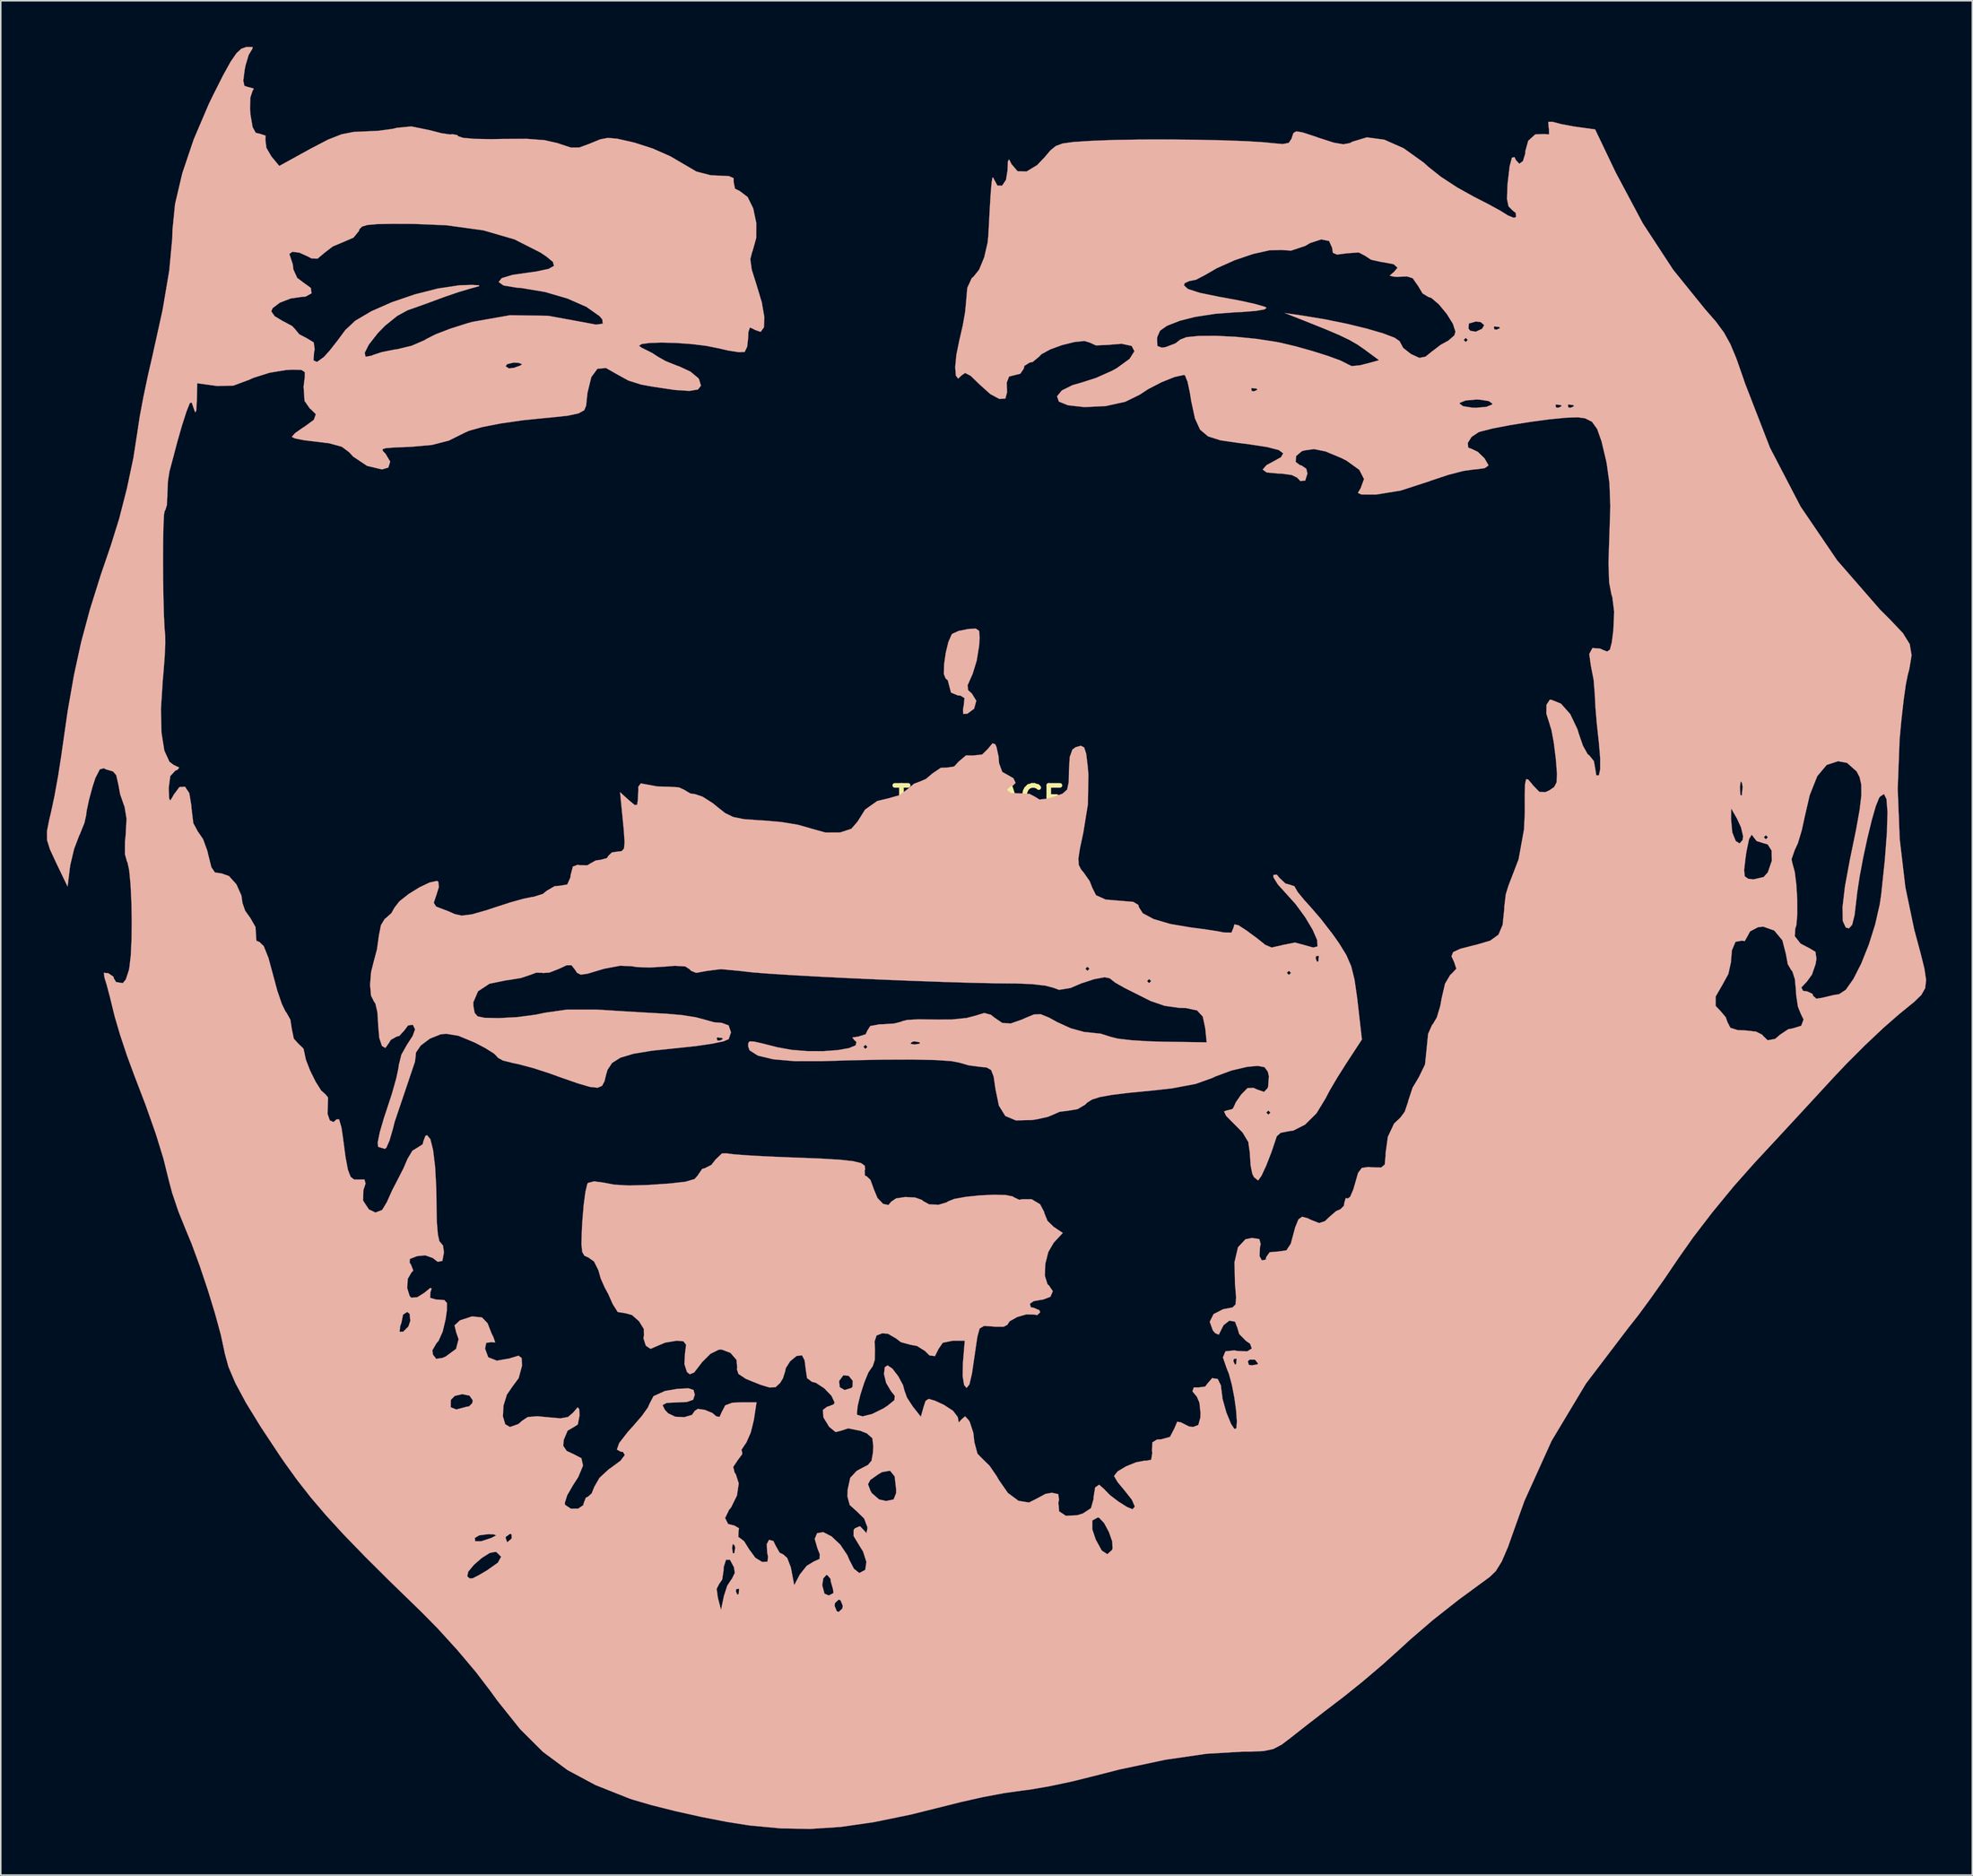
<source format=kicad_pcb>
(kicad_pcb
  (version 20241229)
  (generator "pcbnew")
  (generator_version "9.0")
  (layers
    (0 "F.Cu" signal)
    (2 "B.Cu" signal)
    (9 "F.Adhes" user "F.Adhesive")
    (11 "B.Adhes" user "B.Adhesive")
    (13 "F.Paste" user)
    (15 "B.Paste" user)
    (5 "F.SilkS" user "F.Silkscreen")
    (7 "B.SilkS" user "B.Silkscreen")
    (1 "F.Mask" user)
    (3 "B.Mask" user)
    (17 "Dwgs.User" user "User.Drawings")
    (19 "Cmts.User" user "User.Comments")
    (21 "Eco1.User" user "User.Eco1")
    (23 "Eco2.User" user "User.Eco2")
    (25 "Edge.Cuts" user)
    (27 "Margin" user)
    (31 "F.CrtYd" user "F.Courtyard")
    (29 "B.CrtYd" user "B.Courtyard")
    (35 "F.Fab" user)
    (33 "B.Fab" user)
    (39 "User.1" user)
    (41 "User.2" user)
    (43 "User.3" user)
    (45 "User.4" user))
  (footprint "TOM_FACE"
    (layer "F.Cu")
    (at 60.576 48.878)
    (property "Reference" "TOM_FACE" (at 0 0 0) (layer "F.SilkS") (effects (font (size 1.524 1.524) (thickness 0.3))))
    (attr through_hole)
    (fp_poly (pts (xy 0.041 -10.888) (xy 0.076 -10.43) (xy 0.038 -9.893) (xy -0.116 -8.947) (xy -0.38 -8.085) (xy -0.461 -7.907) (xy -0.71 -7.345) (xy -0.673 -7.028) (xy -0.428 -6.804) (xy -0.143 -6.338) (xy -0.284 -5.824) (xy -0.719 -5.499) (xy -0.996 -5.485) (xy -1.001 -5.836) (xy -0.96 -6.013) (xy -0.91 -6.511) (xy -1.172 -6.677) (xy -1.332 -6.684) (xy -1.785 -6.873) (xy -1.872 -7.197) (xy -1.994 -7.665) (xy -2.143 -7.8) (xy -2.251 -8.085) (xy -2.237 -8.697) (xy -2.129 -9.451) (xy -1.957 -10.161) (xy -1.748 -10.64) (xy -1.701 -10.695) (xy -1.288 -10.882) (xy -0.668 -11.006) (xy -0.178 -11.035) (xy 0.041 -10.888)) (stroke (width 0.01) (type solid)) (fill yes) (layer "B.SilkS"))
    (fp_poly (pts (xy 1.091 -3.507) (xy 1.17 -3.332) (xy 1.307 -2.709) (xy 1.337 -2.282) (xy 1.546 -1.709) (xy 1.872 -1.527) (xy 2.272 -1.296) (xy 2.413 -0.995) (xy 2.224 -0.809) (xy 2.139 -0.802) (xy 1.883 -0.596) (xy 1.872 -0.515) (xy 2.102 -0.337) (xy 2.668 -0.311) (xy 2.685 -0.312) (xy 3.318 -0.28) (xy 3.691 -0.085) (xy 3.962 0.088) (xy 4.509 0.022) (xy 4.883 -0.085) (xy 5.469 -0.296) (xy 5.765 -0.56) (xy 5.869 -1.047) (xy 5.882 -1.775) (xy 5.933 -2.674) (xy 6.107 -3.162) (xy 6.321 -3.32) (xy 6.659 -3.411) (xy 6.872 -3.3) (xy 7.004 -2.893) (xy 7.101 -2.093) (xy 7.147 -1.546) (xy 7.116 0.386) (xy 6.82 2.225) (xy 6.596 3.27) (xy 6.496 3.93) (xy 6.521 4.341) (xy 6.672 4.638) (xy 6.841 4.838) (xy 7.233 5.399) (xy 7.388 5.801) (xy 7.643 6.312) (xy 8.269 6.594) (xy 9.291 6.68) (xy 10.063 6.743) (xy 10.397 6.945) (xy 10.427 7.082) (xy 10.681 7.484) (xy 11.386 7.861) (xy 12.461 8.18) (xy 13.778 8.404) (xy 14.751 8.532) (xy 15.586 8.662) (xy 15.975 8.738) (xy 16.451 8.743) (xy 16.577 8.443) (xy 16.641 8.207) (xy 16.907 8.267) (xy 17.439 8.615) (xy 18.088 9.092) (xy 18.581 9.485) (xy 18.639 9.536) (xy 19.062 9.714) (xy 19.719 9.568) (xy 19.763 9.552) (xy 20.586 9.391) (xy 21.227 9.564) (xy 21.764 9.715) (xy 22.048 9.641) (xy 22.026 9.234) (xy 21.73 8.554) (xy 21.237 7.731) (xy 20.626 6.894) (xy 20.004 6.203) (xy 19.472 5.616) (xy 19.184 5.156) (xy 19.17 4.994) (xy 19.399 4.974) (xy 19.568 5.179) (xy 19.962 5.551) (xy 20.2 5.615) (xy 20.549 5.727) (xy 20.59 5.815) (xy 20.761 6.108) (xy 21.196 6.639) (xy 21.547 7.023) (xy 22.249 7.835) (xy 23.016 8.826) (xy 23.439 9.424) (xy 23.918 10.2) (xy 24.236 10.931) (xy 24.452 11.798) (xy 24.623 12.983) (xy 24.655 13.257) (xy 24.932 15.697) (xy 23.902 17.273) (xy 23.331 18.177) (xy 22.846 18.999) (xy 22.566 19.534) (xy 21.98 20.497) (xy 21.238 21.234) (xy 20.472 21.624) (xy 20.214 21.657) (xy 19.651 21.768) (xy 19.398 21.991) (xy 19.058 23.006) (xy 18.707 23.907) (xy 18.4 24.568) (xy 18.191 24.861) (xy 18.173 24.865) (xy 17.916 24.652) (xy 17.809 24.442) (xy 17.697 23.892) (xy 17.647 23.13) (xy 17.646 23.075) (xy 17.545 22.365) (xy 17.169 21.742) (xy 16.658 21.225) (xy 16.104 20.666) (xy 16.005 20.454) (xy 18.716 20.454) (xy 18.849 20.587) (xy 18.983 20.454) (xy 18.849 20.32) (xy 18.716 20.454) (xy 16.005 20.454) (xy 15.97 20.378) (xy 16.124 20.32) (xy 16.515 20.222) (xy 16.583 20.119) (xy 16.735 19.783) (xy 17.076 19.286) (xy 17.492 18.862) (xy 17.888 18.844) (xy 18.121 18.951) (xy 18.57 19.107) (xy 18.796 18.87) (xy 18.838 18.753) (xy 18.884 18.087) (xy 18.815 17.787) (xy 18.601 17.499) (xy 18.163 17.413) (xy 17.471 17.477) (xy 16.459 17.713) (xy 15.415 18.098) (xy 15.203 18.2) (xy 14.119 18.588) (xy 12.567 18.879) (xy 11.394 19.01) (xy 9.807 19.163) (xy 8.668 19.302) (xy 7.889 19.443) (xy 7.382 19.605) (xy 7.062 19.807) (xy 6.937 19.936) (xy 6.443 20.228) (xy 5.903 20.32) (xy 5.274 20.401) (xy 4.933 20.553) (xy 4.529 20.725) (xy 3.811 20.887) (xy 3.476 20.937) (xy 2.431 20.961) (xy 1.744 20.673) (xy 1.329 20.001) (xy 1.108 18.934) (xy 0.987 18.11) (xy 0.823 17.683) (xy 0.527 17.516) (xy 0.133 17.48) (xy -0.646 17.377) (xy -1.203 17.213) (xy -1.752 17.104) (xy -2.794 17.034) (xy -4.286 17.002) (xy -6.189 17.008) (xy -8.461 17.054) (xy -10.16 17.107) (xy -11.933 17.109) (xy -13.342 16.986) (xy -14.34 16.748) (xy -14.884 16.403) (xy -14.973 16.155) (xy -14.969 15.93) (xy -14.884 15.821) (xy -14.608 15.83) (xy -14.029 15.96) (xy -13.082 16.202) (xy -12.151 16.372) (xy -11.121 16.454) (xy -10.092 16.457) (xy -9.16 16.389) (xy -8.425 16.26) (xy -8.221 16.176) (xy -7.486 16.176) (xy -7.353 16.309) (xy -7.219 16.176) (xy -7.353 16.042) (xy -7.486 16.176) (xy -8.221 16.176) (xy -7.984 16.078) (xy -7.963 15.978) (xy -4.429 15.978) (xy -4.166 16.021) (xy -3.82 15.972) (xy -3.816 15.881) (xy -4.173 15.817) (xy -4.328 15.859) (xy -4.429 15.978) (xy -7.963 15.978) (xy -7.936 15.853) (xy -8.065 15.742) (xy -8.202 15.569) (xy -7.84 15.512) (xy -7.821 15.511) (xy -7.334 15.356) (xy -7.219 15.106) (xy -7.035 14.822) (xy -6.43 14.71) (xy -6.194 14.705) (xy -5.482 14.658) (xy -5.02 14.542) (xy -4.974 14.51) (xy -4.627 14.424) (xy -3.901 14.385) (xy -2.949 14.399) (xy -2.906 14.401) (xy -1.755 14.399) (xy -0.766 14.296) (xy -0.242 14.16) (xy 0.379 13.973) (xy 0.81 14.092) (xy 1.031 14.269) (xy 1.542 14.618) (xy 2.084 14.659) (xy 2.841 14.395) (xy 3.057 14.295) (xy 3.605 14.07) (xy 4.045 14.054) (xy 4.589 14.274) (xy 5.103 14.559) (xy 5.988 14.964) (xy 6.859 15.206) (xy 7.17 15.237) (xy 7.96 15.323) (xy 8.581 15.521) (xy 9.057 15.641) (xy 9.931 15.743) (xy 11.064 15.815) (xy 11.972 15.841) (xy 14.839 15.882) (xy 14.746 14.959) (xy 14.586 14.207) (xy 14.212 13.805) (xy 13.496 13.653) (xy 13.056 13.64) (xy 12.111 13.508) (xy 11.198 13.195) (xy 11.184 13.188) (xy 10.323 12.756) (xy 9.496 12.342) (xy 9.492 12.339) (xy 8.897 12.001) (xy 8.766 11.898) (xy 10.962 11.898) (xy 11.096 12.032) (xy 11.229 11.898) (xy 11.096 11.764) (xy 10.962 11.898) (xy 8.766 11.898) (xy 8.547 11.727) (xy 8.538 11.714) (xy 8.202 11.647) (xy 7.532 11.771) (xy 6.676 12.05) (xy 5.982 12.348) (xy 5.236 12.466) (xy 4.881 12.336) (xy 4.357 12.195) (xy 3.482 12.094) (xy 2.44 12.053) (xy 2.375 12.053) (xy 1.093 12.042) (xy -0.506 12.007) (xy -2.339 11.952) (xy -4.323 11.881) (xy -6.373 11.798) (xy -8.405 11.706) (xy -10.335 11.61) (xy -12.08 11.513) (xy -13.555 11.42) (xy -14.283 11.363) (xy 20.053 11.363) (xy 20.186 11.497) (xy 20.32 11.363) (xy 20.186 11.229) (xy 20.053 11.363) (xy -14.283 11.363) (xy -14.676 11.333) (xy -15.36 11.256) (xy -15.422 11.246) (xy -16.755 11.12) (xy -17.679 11.239) (xy -18.357 11.363) (xy -18.709 11.218) (xy -18.758 11.145) (xy -18.833 11.096) (xy 6.952 11.096) (xy 7.085 11.229) (xy 7.219 11.096) (xy 7.085 10.962) (xy 6.952 11.096) (xy -18.833 11.096) (xy -19.07 10.943) (xy -19.746 10.903) (xy -20.405 10.957) (xy -21.368 11.014) (xy -22.22 10.985) (xy -22.556 10.929) (xy -23.308 10.9) (xy -24.319 11.09) (xy -24.619 11.178) (xy -25.417 11.417) (xy -25.861 11.478) (xy -26.103 11.359) (xy -26.239 11.154) (xy -26.462 10.866) (xy -26.775 10.866) (xy -27.293 11.107) (xy -27.905 11.345) (xy -28.324 11.372) (xy -28.343 11.362) (xy -28.756 11.349) (xy -29.127 11.488) (xy -29.749 11.697) (xy -30.568 11.831) (xy -30.67 11.839) (xy -31.798 12.07) (xy -32.541 12.56) (xy -32.845 13.268) (xy -32.84 13.542) (xy -32.764 13.964) (xy -32.57 14.192) (xy -32.126 14.285) (xy -31.298 14.304) (xy -31.148 14.304) (xy -29.979 14.241) (xy -28.773 14.08) (xy -28.207 13.96) (xy -26.751 13.751) (xy -24.844 13.752) (xy -24.464 13.774) (xy -23.108 13.86) (xy -21.7 13.944) (xy -20.507 14.01) (xy -20.32 14.019) (xy -19.292 14.108) (xy -18.386 14.25) (xy -17.889 14.383) (xy -17.185 14.578) (xy -16.696 14.616) (xy -16.248 14.779) (xy -16.093 15.232) (xy -16.243 15.674) (xy -16.575 15.816) (xy -17.326 15.973) (xy -18.381 16.127) (xy -19.518 16.247) (xy -21.211 16.424) (xy -22.443 16.627) (xy -23.289 16.884) (xy -23.824 17.222) (xy -24.12 17.667) (xy -24.204 17.948) (xy -24.32 18.417) (xy -24.478 18.714) (xy -24.764 18.836) (xy -25.261 18.783) (xy -26.052 18.552) (xy -27.223 18.143) (xy -27.94 17.885) (xy -28.939 17.561) (xy -29.922 17.3) (xy -30.279 17.227) (xy -30.922 17.064) (xy -31.265 16.877) (xy -31.282 16.834) (xy -31.503 16.611) (xy -32.078 16.251) (xy -32.738 15.904) (xy -33.477 15.596) (xy -17.022 15.596) (xy -16.986 15.755) (xy -16.844 15.775) (xy -16.624 15.677) (xy -16.666 15.596) (xy -16.983 15.564) (xy -17.022 15.596) (xy -33.477 15.596) (xy -33.81 15.458) (xy -34.617 15.323) (xy -34.983 15.364) (xy -35.677 15.644) (xy -36.264 16.086) (xy -36.583 16.553) (xy -36.594 16.744) (xy -36.644 17.145) (xy -36.813 17.646) (xy -37.967 21.066) (xy -38.082 21.523) (xy -38.298 22.268) (xy -38.5 22.732) (xy -38.595 22.813) (xy -39.009 22.689) (xy -39.036 22.68) (xy -39.066 22.408) (xy -38.935 21.752) (xy -38.668 20.83) (xy -38.498 20.32) (xy -38.139 19.219) (xy -37.862 18.239) (xy -37.712 17.539) (xy -37.697 17.379) (xy -37.525 16.683) (xy -37.164 16.042) (xy -36.793 15.471) (xy -36.635 15.039) (xy -36.782 14.736) (xy -37.094 14.785) (xy -37.335 15.106) (xy -37.656 15.461) (xy -37.833 15.507) (xy -38.216 15.723) (xy -38.337 15.925) (xy -38.568 16.248) (xy -38.791 16.113) (xy -38.961 15.598) (xy -39.035 14.779) (xy -39.036 14.705) (xy -39.086 13.913) (xy -39.215 13.363) (xy -39.303 13.235) (xy -39.498 12.848) (xy -39.562 12.139) (xy -39.495 11.306) (xy -39.312 10.584) (xy -39.27 10.427) (xy 21.924 10.427) (xy 22.022 10.647) (xy 22.102 10.606) (xy 22.134 10.288) (xy 22.102 10.249) (xy 21.944 10.286) (xy 21.924 10.427) (xy -39.27 10.427) (xy -39.113 9.834) (xy -38.99 8.96) (xy -38.988 8.932) (xy -38.853 8.256) (xy -38.607 7.848) (xy -38.558 7.821) (xy -38.174 7.477) (xy -37.973 7.116) (xy -37.654 6.71) (xy -37.065 6.242) (xy -36.362 5.804) (xy -35.698 5.488) (xy -35.228 5.384) (xy -35.126 5.425) (xy -35.088 5.777) (xy -35.248 6.291) (xy -35.42 6.802) (xy -35.271 7.046) (xy -35.09 7.119) (xy -34.463 7.357) (xy -34.056 7.538) (xy -33.606 7.638) (xy -32.947 7.557) (xy -31.964 7.278) (xy -31.471 7.113) (xy -30.447 6.781) (xy -29.567 6.536) (xy -28.993 6.42) (xy -28.93 6.417) (xy -28.325 6.227) (xy -28.08 6.024) (xy -27.566 5.727) (xy -27.178 5.689) (xy -26.739 5.612) (xy -26.542 5.171) (xy -26.516 4.987) (xy -26.376 4.451) (xy -26.062 4.331) (xy -25.915 4.361) (xy -25.426 4.366) (xy -25.251 4.253) (xy -24.888 4.05) (xy -24.582 4.011) (xy -24.156 3.896) (xy -24.063 3.743) (xy -23.838 3.53) (xy -23.494 3.476) (xy -23.204 3.445) (xy -23.05 3.277) (xy -23.011 2.858) (xy -23.064 2.075) (xy -23.115 1.543) (xy -23.306 -0.391) (xy -22.749 0.114) (xy -22.347 0.45) (xy -22.194 0.423) (xy -22.149 0.108) (xy -22.12 -0.508) (xy -22.121 -0.744) (xy -21.956 -0.963) (xy -21.562 -0.89) (xy -20.875 -0.764) (xy -20.134 -0.746) (xy -19.494 -0.708) (xy -19.122 -0.542) (xy -19.116 -0.533) (xy -18.739 -0.309) (xy -18.442 -0.267) (xy -17.94 -0.099) (xy -17.275 0.326) (xy -17.007 0.545) (xy -16.476 0.966) (xy -15.955 1.221) (xy -15.276 1.36) (xy -14.269 1.436) (xy -13.99 1.448) (xy -12.834 1.548) (xy -11.754 1.725) (xy -10.973 1.944) (xy -10.93 1.961) (xy -9.952 2.233) (xy -9.014 2.235) (xy -8.266 1.99) (xy -7.86 1.519) (xy -7.86 1.518) (xy -7.371 0.739) (xy -6.582 0.182) (xy -5.857 0.009) (xy -5.146 -0.193) (xy -4.679 -0.535) (xy -4.196 -0.937) (xy -3.846 -1.069) (xy -3.418 -1.25) (xy -2.992 -1.611) (xy -2.452 -1.977) (xy -2.062 -1.99) (xy -1.581 -2.062) (xy -1.295 -2.374) (xy -0.815 -2.784) (xy -0.373 -2.776) (xy 0.242 -2.843) (xy 0.605 -3.199) (xy 0.913 -3.569) (xy 1.091 -3.507)) (stroke (width 0.01) (type solid)) (fill yes) (layer "B.SilkS"))
    (fp_poly (pts (xy -47.192 -48.867) (xy -47.225 -48.74) (xy -47.453 -48.361) (xy -47.662 -47.669) (xy -47.716 -47.391) (xy -47.806 -46.676) (xy -47.734 -46.343) (xy -47.467 -46.255) (xy -47.428 -46.255) (xy -47.124 -46.164) (xy -47.216 -45.988) (xy -47.346 -45.582) (xy -47.368 -44.855) (xy -47.335 -44.451) (xy -47.2 -43.658) (xy -46.997 -43.287) (xy -46.712 -43.219) (xy -46.361 -43.105) (xy -46.368 -42.818) (xy -46.304 -42.311) (xy -45.982 -41.754) (xy -45.465 -41.131) (xy -43.431 -42.253) (xy -42.291 -42.846) (xy -41.416 -43.191) (xy -40.633 -43.346) (xy -40.016 -43.373) (xy -39.029 -43.419) (xy -38.124 -43.54) (xy -37.819 -43.612) (xy -36.88 -43.703) (xy -35.701 -43.463) (xy -34.918 -43.261) (xy -34.353 -43.178) (xy -34.196 -43.197) (xy -33.893 -43.139) (xy -33.833 -43.065) (xy -33.508 -42.959) (xy -32.758 -42.894) (xy -31.69 -42.875) (xy -30.964 -42.888) (xy -29.377 -42.897) (xy -28.211 -42.809) (xy -27.36 -42.614) (xy -27.228 -42.566) (xy -26.509 -42.329) (xy -25.955 -42.333) (xy -25.265 -42.586) (xy -25.173 -42.627) (xy -24.592 -42.864) (xy -24.097 -42.956) (xy -23.504 -42.905) (xy -22.628 -42.711) (xy -22.328 -42.636) (xy -21.174 -42.263) (xy -20.038 -41.761) (xy -19.325 -41.344) (xy -18.339 -40.766) (xy -17.413 -40.528) (xy -16.959 -40.506) (xy -16.229 -40.472) (xy -15.92 -40.338) (xy -15.919 -40.072) (xy -15.833 -39.654) (xy -15.518 -39.496) (xy -15.014 -39.114) (xy -14.647 -38.369) (xy -14.449 -37.425) (xy -14.454 -36.442) (xy -14.693 -35.584) (xy -14.719 -35.533) (xy -14.838 -35.063) (xy -14.742 -34.381) (xy -14.452 -33.461) (xy -14.09 -32.259) (xy -13.924 -31.294) (xy -13.95 -30.633) (xy -14.166 -30.339) (xy -14.567 -30.478) (xy -14.614 -30.515) (xy -14.864 -30.623) (xy -14.963 -30.32) (xy -14.973 -29.994) (xy -15.041 -29.372) (xy -15.205 -29.031) (xy -15.573 -29.015) (xy -16.279 -29.125) (xy -16.918 -29.272) (xy -17.721 -29.432) (xy -18.668 -29.547) (xy -19.66 -29.617) (xy -20.596 -29.641) (xy -21.377 -29.618) (xy -21.903 -29.548) (xy -22.075 -29.43) (xy -21.896 -29.303) (xy -21.237 -28.975) (xy -20.827 -28.71) (xy -20.335 -28.434) (xy -19.6 -28.138) (xy -19.449 -28.087) (xy -18.725 -27.749) (xy -18.222 -27.329) (xy -18.167 -27.246) (xy -18.047 -26.837) (xy -18.241 -26.589) (xy -18.795 -26.497) (xy -19.755 -26.559) (xy -21.165 -26.77) (xy -21.924 -26.906) (xy -22.77 -27.173) (xy -23.495 -27.574) (xy -23.498 -27.576) (xy -24.225 -27.988) (xy -24.779 -27.934) (xy -25.175 -27.398) (xy -25.427 -26.366) (xy -25.514 -25.534) (xy -25.637 -25.24) (xy -26.015 -25.031) (xy -26.738 -24.88) (xy -27.894 -24.758) (xy -28.086 -24.743) (xy -29.616 -24.588) (xy -31.046 -24.383) (xy -32.257 -24.147) (xy -33.125 -23.905) (xy -33.421 -23.772) (xy -34.435 -23.266) (xy -35.541 -22.981) (xy -36.897 -22.861) (xy -37.927 -22.819) (xy -38.515 -22.777) (xy -38.753 -22.709) (xy -38.733 -22.591) (xy -38.555 -22.405) (xy -38.252 -21.895) (xy -38.378 -21.51) (xy -38.786 -21.389) (xy -39.755 -21.619) (xy -40.659 -22.223) (xy -40.924 -22.511) (xy -41.397 -22.863) (xy -42.209 -23.088) (xy -42.996 -23.185) (xy -43.856 -23.289) (xy -44.455 -23.409) (xy -44.651 -23.508) (xy -44.444 -23.745) (xy -43.938 -24.101) (xy -43.848 -24.154) (xy -43.219 -24.614) (xy -43.088 -24.985) (xy -43.436 -25.324) (xy -43.473 -25.345) (xy -43.822 -25.844) (xy -43.884 -26.777) (xy -43.806 -27.405) (xy -43.805 -27.721) (xy -44.027 -27.863) (xy -44.596 -27.879) (xy -45.031 -27.855) (xy -46.089 -27.681) (xy -47.138 -27.351) (xy -47.418 -27.224) (xy -48.447 -26.842) (xy -49.495 -26.817) (xy -49.645 -26.836) (xy -50.8 -26.994) (xy -50.827 -25.863) (xy -50.861 -25.23) (xy -50.931 -25.099) (xy -51.03 -25.361) (xy -51.16 -25.74) (xy -51.282 -25.706) (xy -51.478 -25.215) (xy -51.52 -25.094) (xy -51.792 -24.247) (xy -52.078 -23.252) (xy -52.147 -22.995) (xy -52.371 -22.141) (xy -52.561 -21.431) (xy -52.609 -21.257) (xy -52.706 -20.629) (xy -52.743 -19.809) (xy -52.742 -19.718) (xy -52.775 -19.074) (xy -52.877 -18.732) (xy -52.91 -18.716) (xy -52.96 -18.467) (xy -52.995 -17.794) (xy -53.016 -16.807) (xy -53.024 -15.616) (xy -53.018 -14.332) (xy -52.999 -13.065) (xy -52.968 -11.925) (xy -52.924 -11.022) (xy -52.883 -10.561) (xy -52.877 -10.059) (xy -52.92 -9.185) (xy -53.003 -8.098) (xy -53.041 -7.691) (xy -53.161 -5.8) (xy -53.124 -4.251) (xy -52.938 -3.091) (xy -52.609 -2.371) (xy -52.34 -2.168) (xy -51.972 -1.991) (xy -52.089 -1.849) (xy -52.228 -1.791) (xy -52.555 -1.438) (xy -52.654 -0.673) (xy -52.653 -0.61) (xy -52.628 0.012) (xy -52.554 0.156) (xy -52.385 -0.12) (xy -52.34 -0.211) (xy -51.958 -0.725) (xy -51.596 -0.749) (xy -51.317 -0.328) (xy -51.181 0.496) (xy -51.178 0.611) (xy -51.056 1.625) (xy -50.745 2.199) (xy -50.73 2.211) (xy -50.421 2.664) (xy -50.147 3.414) (xy -50.069 3.743) (xy -49.882 4.489) (xy -49.652 4.829) (xy -49.287 4.887) (xy -49.252 4.883) (xy -48.736 5.065) (xy -48.254 5.604) (xy -47.928 6.329) (xy -47.859 6.816) (xy -47.687 7.32) (xy -47.354 7.783) (xy -47.01 8.385) (xy -46.984 8.842) (xy -46.955 9.274) (xy -46.75 9.358) (xy -46.478 9.621) (xy -46.169 10.395) (xy -45.869 11.504) (xy -45.59 12.537) (xy -45.302 13.379) (xy -45.057 13.883) (xy -45.004 13.943) (xy -44.745 14.408) (xy -44.651 15.014) (xy -44.522 15.644) (xy -44.249 15.945) (xy -43.894 16.29) (xy -43.848 16.486) (xy -43.737 17.013) (xy -43.46 17.724) (xy -43.101 18.448) (xy -42.746 19.013) (xy -42.48 19.25) (xy -42.474 19.251) (xy -42.294 19.472) (xy -42.306 19.902) (xy -42.329 20.531) (xy -42.18 20.962) (xy -41.932 21.069) (xy -41.744 20.894) (xy -41.577 20.893) (xy -41.422 21.424) (xy -41.323 22.097) (xy -41.157 23.358) (xy -41.003 24.172) (xy -40.83 24.626) (xy -40.606 24.806) (xy -40.353 24.81) (xy -39.927 24.805) (xy -39.856 25.068) (xy -39.997 25.503) (xy -40.014 26.183) (xy -39.641 26.749) (xy -39.211 26.956) (xy -38.778 26.789) (xy -38.475 26.288) (xy -38.109 25.474) (xy -37.791 24.865) (xy -37.389 24.076) (xy -37.125 23.462) (xy -36.81 22.934) (xy -36.47 22.726) (xy -36.138 22.512) (xy -36.095 22.325) (xy -35.965 21.969) (xy -35.855 21.924) (xy -35.642 22.179) (xy -35.464 22.891) (xy -35.332 23.985) (xy -35.256 25.385) (xy -35.242 26.536) (xy -35.22 27.58) (xy -35.153 28.383) (xy -35.054 28.826) (xy -35.004 28.876) (xy -34.819 29.105) (xy -34.758 29.544) (xy -34.86 30.1) (xy -35.162 30.162) (xy -35.487 29.911) (xy -35.974 29.739) (xy -36.5 29.789) (xy -36.974 29.972) (xy -36.989 30.221) (xy -36.907 30.334) (xy -36.754 30.723) (xy -36.884 30.873) (xy -37.112 31.274) (xy -37.146 31.877) (xy -36.988 32.389) (xy -36.88 32.496) (xy -36.495 32.467) (xy -36.033 32.177) (xy -35.645 31.86) (xy -35.561 31.901) (xy -35.64 32.151) (xy -35.656 32.502) (xy -35.272 32.616) (xy -35.134 32.619) (xy -34.733 32.651) (xy -34.562 32.839) (xy -34.569 33.321) (xy -34.648 33.889) (xy -34.842 34.704) (xy -35.112 35.307) (xy -35.243 35.454) (xy -35.511 35.915) (xy -35.479 36.188) (xy -35.267 36.472) (xy -34.864 36.416) (xy -34.648 36.324) (xy -33.971 35.828) (xy -33.806 35.195) (xy -33.96 34.75) (xy -34.069 34.294) (xy -33.717 33.971) (xy -33.709 33.967) (xy -32.931 33.712) (xy -32.282 33.781) (xy -31.923 34.156) (xy -31.665 34.813) (xy -31.534 35.082) (xy -31.426 35.41) (xy -31.684 35.389) (xy -31.687 35.388) (xy -32.008 35.432) (xy -32.084 35.807) (xy -31.88 36.37) (xy -31.319 36.592) (xy -30.483 36.445) (xy -30.441 36.429) (xy -29.909 36.268) (xy -29.708 36.417) (xy -29.678 36.91) (xy -29.901 37.732) (xy -30.279 38.238) (xy -30.668 38.804) (xy -30.887 39.518) (xy -30.925 40.215) (xy -30.771 40.732) (xy -30.463 40.907) (xy -29.919 40.715) (xy -29.674 40.502) (xy -29.309 40.259) (xy -28.687 40.206) (xy -28.026 40.27) (xy -27.188 40.344) (xy -26.691 40.256) (xy -26.359 39.974) (xy -26.333 39.941) (xy -26.06 39.625) (xy -25.96 39.748) (xy -25.943 40.172) (xy -26.056 40.746) (xy -26.307 40.907) (xy -26.717 41.145) (xy -26.968 41.745) (xy -27.004 42.127) (xy -26.776 42.465) (xy -26.336 42.669) (xy -25.819 42.939) (xy -25.715 43.419) (xy -26.023 44.16) (xy -26.361 44.687) (xy -26.742 45.344) (xy -26.901 45.845) (xy -26.88 45.972) (xy -26.507 46.221) (xy -26.029 46.219) (xy -25.7 45.992) (xy -25.667 45.854) (xy -25.526 45.498) (xy -25.405 45.453) (xy -25.151 45.226) (xy -24.976 44.789) (xy -24.645 44.218) (xy -24.041 43.656) (xy -23.902 43.564) (xy -23.274 43.099) (xy -22.997 42.728) (xy -23.118 42.527) (xy -23.261 42.512) (xy -23.513 42.374) (xy -23.361 41.948) (xy -22.795 41.22) (xy -22.462 40.852) (xy -21.886 40.184) (xy -21.497 39.642) (xy -21.393 39.403) (xy -21.133 38.903) (xy -20.384 38.563) (xy -19.581 38.427) (xy -18.862 38.389) (xy -18.53 38.499) (xy -18.448 38.802) (xy -18.448 38.809) (xy -18.554 39.135) (xy -18.96 39.279) (xy -19.518 39.303) (xy -20.271 39.338) (xy -20.545 39.482) (xy -20.391 39.791) (xy -20.178 40.018) (xy -19.715 40.239) (xy -19.124 40.266) (xy -18.629 40.119) (xy -18.448 39.858) (xy -18.248 39.729) (xy -17.796 39.792) (xy -17.31 39.992) (xy -17.045 40.215) (xy -16.836 40.25) (xy -16.679 39.905) (xy -16.466 39.5) (xy -16.012 39.329) (xy -15.473 39.303) (xy -14.432 39.303) (xy -14.604 40.439) (xy -14.807 41.268) (xy -15.098 41.926) (xy -15.183 42.044) (xy -15.416 42.399) (xy -15.374 42.512) (xy -15.366 42.676) (xy -15.637 43.041) (xy -15.948 43.502) (xy -15.858 43.874) (xy -15.782 43.974) (xy -15.589 44.575) (xy -15.705 45.367) (xy -16.087 46.138) (xy -16.223 46.305) (xy -16.475 46.83) (xy -16.282 47.216) (xy -15.864 47.324) (xy -15.575 47.494) (xy -15.604 47.725) (xy -15.617 48.07) (xy -15.514 48.126) (xy -15.237 48.342) (xy -14.918 48.858) (xy -14.51 49.416) (xy -14.066 49.687) (xy -13.72 49.672) (xy -13.683 49.341) (xy -13.735 49.105) (xy -13.766 48.528) (xy -13.619 48.249) (xy -13.34 48.322) (xy -13.186 48.634) (xy -12.932 49.083) (xy -12.699 49.196) (xy -12.436 49.431) (xy -12.211 50.014) (xy -12.17 50.198) (xy -11.982 51.2) (xy -11.615 50.499) (xy -11.167 49.937) (xy -10.699 49.654) (xy -10.334 49.491) (xy -10.322 49.17) (xy -10.469 48.811) (xy -10.648 48.184) (xy -10.493 47.817) (xy -10.093 47.745) (xy -9.548 48.029) (xy -8.984 48.564) (xy -8.528 49.245) (xy -8.398 49.551) (xy -8.1 50.128) (xy -7.763 50.396) (xy -7.733 50.399) (xy -7.363 50.199) (xy -7.286 49.691) (xy -7.501 49.014) (xy -7.755 48.602) (xy -8.123 47.993) (xy -8.119 47.607) (xy -8.037 47.501) (xy -7.71 47.358) (xy -7.479 47.594) (xy -7.287 47.807) (xy -7.233 47.573) (xy 7.404 47.573) (xy 7.625 48.232) (xy 8.019 48.948) (xy 8.381 49.181) (xy 8.678 48.912) (xy 8.717 48.819) (xy 8.7 48.363) (xy 8.483 47.736) (xy 8.165 47.149) (xy 7.843 46.811) (xy 7.763 46.789) (xy 7.405 46.988) (xy 7.404 47.573) (xy -7.233 47.573) (xy -7.225 47.537) (xy -7.223 47.422) (xy -7.435 46.862) (xy -7.903 46.403) (xy -8.37 45.983) (xy -8.521 45.427) (xy -8.504 44.971) (xy -8.43 44.634) (xy -7.184 44.634) (xy -7.029 45.039) (xy -6.942 45.203) (xy -6.459 45.621) (xy -6.006 45.72) (xy -5.521 45.622) (xy -5.359 45.22) (xy -5.351 44.985) (xy -5.45 44.125) (xy -5.749 43.75) (xy -6.27 43.841) (xy -6.517 43.985) (xy -7.037 44.352) (xy -7.184 44.634) (xy -8.43 44.634) (xy -8.338 44.212) (xy -7.917 43.76) (xy -7.687 43.635) (xy -7.187 43.375) (xy -6.953 43.099) (xy -6.866 42.603) (xy -6.838 42.18) (xy -6.898 41.642) (xy -7.26 41.318) (xy -7.685 41.153) (xy -8.47 40.995) (xy -8.916 41.141) (xy -9.29 41.237) (xy -9.708 40.895) (xy -10.08 40.285) (xy -10.12 39.8) (xy -9.823 39.574) (xy -9.759 39.571) (xy -9.403 39.426) (xy -9.358 39.303) (xy -9.562 38.87) (xy -10.035 38.384) (xy -10.571 38.033) (xy -10.828 37.966) (xy -10.897 37.915) (xy -9.063 37.915) (xy -9.023 38.317) (xy -8.705 38.501) (xy -8.273 38.373) (xy -8.188 38.288) (xy -8.177 37.903) (xy -8.438 37.578) (xy -8.783 37.541) (xy -8.793 37.547) (xy -9.063 37.915) (xy -10.897 37.915) (xy -11.147 37.728) (xy -11.229 37.18) (xy -11.305 36.568) (xy -11.475 36.242) (xy -11.829 36.287) (xy -12.244 36.626) (xy -12.53 37.078) (xy -12.566 37.266) (xy -12.715 37.741) (xy -12.901 38.044) (xy -13.197 38.319) (xy -13.606 38.332) (xy -14.171 38.16) (xy -15.115 37.781) (xy -15.605 37.457) (xy -15.712 37.138) (xy -15.689 37.059) (xy -15.733 36.54) (xy -16.127 36.085) (xy -16.701 35.867) (xy -16.88 35.873) (xy -17.427 36.144) (xy -17.985 36.7) (xy -18.076 36.826) (xy -18.488 37.36) (xy -18.77 37.476) (xy -18.955 37.332) (xy -19.122 36.811) (xy -19.084 36.133) (xy -19.012 35.555) (xy -19.189 35.329) (xy -19.622 35.293) (xy -20.385 35.421) (xy -20.867 35.627) (xy -21.323 35.823) (xy -21.605 35.637) (xy -21.647 35.573) (xy -21.787 35.121) (xy -21.75 34.959) (xy -21.757 34.536) (xy -22.07 34.029) (xy -22.531 33.621) (xy -22.982 33.496) (xy -23 33.5) (xy -23.458 33.426) (xy -23.776 32.924) (xy -24.077 32.249) (xy -24.311 31.817) (xy -24.562 31.248) (xy -24.713 30.712) (xy -25 30.136) (xy -25.375 29.874) (xy -25.625 29.763) (xy -25.766 29.516) (xy -25.817 29.023) (xy -25.794 28.17) (xy -25.757 27.503) (xy -25.67 26.448) (xy -25.556 25.598) (xy -25.435 25.096) (xy -25.398 25.032) (xy -25.001 24.926) (xy -24.417 25.002) (xy -23.669 25.143) (xy -22.724 25.196) (xy -21.466 25.161) (xy -20.053 25.064) (xy -19.04 24.947) (xy -18.466 24.778) (xy -18.237 24.527) (xy -18.228 24.494) (xy -17.963 24.118) (xy -17.77 24.063) (xy -17.363 23.851) (xy -17.105 23.516) (xy -16.685 23.114) (xy -16.36 23.106) (xy -15.941 23.163) (xy -15.096 23.229) (xy -13.933 23.295) (xy -12.563 23.355) (xy -12.014 23.375) (xy -10.277 23.443) (xy -9.011 23.519) (xy -8.151 23.614) (xy -7.634 23.74) (xy -7.395 23.91) (xy -7.371 24.134) (xy -7.398 24.219) (xy -7.384 24.549) (xy -7.269 24.598) (xy -7.027 24.829) (xy -6.821 25.388) (xy -6.814 25.418) (xy -6.566 26.012) (xy -6.202 26.392) (xy -5.853 26.464) (xy -5.675 26.25) (xy -5.364 26.038) (xy -4.767 25.945) (xy -4.122 25.977) (xy -3.667 26.139) (xy -3.609 26.202) (xy -3.215 26.42) (xy -2.605 26.452) (xy -2.068 26.294) (xy -1.992 26.236) (xy -1.577 26.07) (xy -0.828 25.934) (xy 0.091 25.839) (xy 1.017 25.797) (xy 1.787 25.818) (xy 2.238 25.912) (xy 2.284 25.953) (xy 2.648 26.125) (xy 2.854 26.088) (xy 3.455 26.088) (xy 4.006 26.416) (xy 4.275 26.926) (xy 4.278 26.981) (xy 4.484 27.49) (xy 4.879 27.878) (xy 5.481 28.283) (xy 4.886 28.924) (xy 4.539 29.527) (xy 4.342 30.31) (xy 4.318 31.071) (xy 4.486 31.613) (xy 4.589 31.71) (xy 4.834 32.072) (xy 4.673 32.439) (xy 4.195 32.618) (xy 4.16 32.619) (xy 3.594 32.718) (xy 3.342 32.886) (xy 3.403 33.115) (xy 3.594 33.154) (xy 3.959 33.308) (xy 4.011 33.45) (xy 3.816 33.628) (xy 3.606 33.591) (xy 3.118 33.578) (xy 2.514 33.755) (xy 2.025 34.03) (xy 1.872 34.264) (xy 1.64 34.383) (xy 1.071 34.383) (xy 0.957 34.37) (xy 0.365 34.329) (xy 0.075 34.5) (xy -0.068 35.018) (xy -0.113 35.308) (xy -0.263 36.33) (xy -0.416 37.375) (xy -0.425 37.433) (xy -0.59 38.139) (xy -0.775 38.367) (xy -0.936 38.169) (xy -1.028 37.596) (xy -1.011 36.729) (xy -0.892 35.293) (xy -1.674 35.293) (xy -2.324 35.427) (xy -2.596 35.827) (xy -2.833 36.297) (xy -3.185 36.25) (xy -3.476 35.961) (xy -4 35.635) (xy -4.412 35.56) (xy -5.047 35.386) (xy -5.358 35.146) (xy -5.887 34.839) (xy -6.26 34.812) (xy -6.628 34.953) (xy -6.754 35.338) (xy -6.733 35.867) (xy -6.746 36.552) (xy -6.888 36.981) (xy -6.926 37.015) (xy -7.158 37.357) (xy -7.429 38.02) (xy -7.683 38.815) (xy -7.86 39.553) (xy -7.903 40.044) (xy -7.881 40.115) (xy -7.537 40.216) (xy -6.914 40.06) (xy -6.175 39.695) (xy -5.896 39.511) (xy -5.466 39.157) (xy -5.444 38.878) (xy -5.7 38.555) (xy -6.003 38.041) (xy -6.143 37.465) (xy -6.093 37.023) (xy -5.913 36.897) (xy -5.599 37.109) (xy -5.218 37.605) (xy -4.909 38.178) (xy -4.807 38.558) (xy -4.648 38.998) (xy -4.274 39.571) (xy -3.747 40.239) (xy -3.58 39.637) (xy -3.442 39.217) (xy -3.242 39.077) (xy -2.829 39.197) (xy -2.246 39.467) (xy -1.652 39.856) (xy -1.344 40.264) (xy -1.333 40.336) (xy -1.282 40.616) (xy -1.094 40.403) (xy -0.868 40.212) (xy -0.623 40.479) (xy -0.563 40.586) (xy -0.336 41.282) (xy -0.267 41.895) (xy -0.066 42.643) (xy 0.261 42.98) (xy 0.718 43.426) (xy 1.197 44.123) (xy 1.309 44.329) (xy 1.911 45.196) (xy 2.604 45.71) (xy 3.285 45.818) (xy 3.732 45.596) (xy 4.356 45.259) (xy 4.772 45.185) (xy 5.188 45.274) (xy 5.237 45.643) (xy 5.196 45.828) (xy 5.245 46.396) (xy 5.683 46.683) (xy 6.421 46.649) (xy 6.783 46.536) (xy 7.314 46.191) (xy 7.484 45.595) (xy 7.486 45.459) (xy 7.588 44.839) (xy 7.848 44.661) (xy 8.195 44.971) (xy 8.208 44.991) (xy 8.547 45.335) (xy 9.101 45.758) (xy 9.663 46.113) (xy 10.017 46.255) (xy 10.168 46.085) (xy 9.977 45.641) (xy 9.492 45.026) (xy 9.052 44.497) (xy 8.83 44.121) (xy 8.823 44.084) (xy 9.048 43.796) (xy 9.589 43.472) (xy 10.241 43.206) (xy 10.802 43.096) (xy 10.902 43.103) (xy 11.23 43.04) (xy 11.3 42.614) (xy 11.286 42.445) (xy 11.304 41.91) (xy 11.606 41.724) (xy 11.883 41.709) (xy 12.451 41.552) (xy 12.729 41.021) (xy 12.923 40.565) (xy 13.174 40.606) (xy 13.188 40.62) (xy 13.691 40.872) (xy 13.957 40.907) (xy 14.296 40.775) (xy 14.429 40.294) (xy 14.438 39.987) (xy 14.367 39.321) (xy 14.194 38.92) (xy 14.171 38.902) (xy 13.913 38.584) (xy 14.003 38.331) (xy 14.314 38.334) (xy 14.747 38.276) (xy 14.878 38.095) (xy 15.196 37.727) (xy 15.559 37.784) (xy 15.769 38.214) (xy 15.775 38.327) (xy 15.873 39.084) (xy 16.116 39.959) (xy 16.427 40.712) (xy 16.646 41.041) (xy 16.773 40.986) (xy 16.803 40.539) (xy 16.753 39.83) (xy 16.638 38.99) (xy 16.475 38.15) (xy 16.281 37.438) (xy 16.146 37.106) (xy 15.981 36.629) (xy 16.577 36.629) (xy 16.675 36.85) (xy 16.755 36.808) (xy 16.774 36.625) (xy 17.515 36.625) (xy 17.573 36.858) (xy 17.764 36.897) (xy 18.131 36.835) (xy 18.181 36.779) (xy 17.985 36.529) (xy 17.633 36.524) (xy 17.515 36.625) (xy 16.774 36.625) (xy 16.787 36.49) (xy 16.755 36.451) (xy 16.596 36.488) (xy 16.577 36.629) (xy 15.981 36.629) (xy 15.895 36.379) (xy 16.061 35.983) (xy 16.641 35.924) (xy 16.844 35.961) (xy 17.475 35.989) (xy 17.773 35.799) (xy 17.66 35.488) (xy 17.386 35.297) (xy 16.954 34.856) (xy 16.844 34.481) (xy 16.681 34.053) (xy 16.318 33.987) (xy 15.94 34.277) (xy 15.818 34.514) (xy 15.627 34.899) (xy 15.398 34.805) (xy 15.241 34.625) (xy 15.038 34.065) (xy 15.288 33.562) (xy 15.914 33.242) (xy 16.13 33.203) (xy 16.523 33.128) (xy 16.716 32.935) (xy 16.754 32.488) (xy 16.685 31.652) (xy 16.679 31.599) (xy 16.647 30.188) (xy 16.875 29.216) (xy 17.358 28.697) (xy 17.778 28.608) (xy 18.263 28.681) (xy 18.349 29.005) (xy 18.298 29.248) (xy 18.279 29.8) (xy 18.427 30.066) (xy 18.676 30.021) (xy 18.716 29.844) (xy 18.935 29.538) (xy 19.442 29.494) (xy 20.022 29.417) (xy 20.305 28.989) (xy 20.337 28.876) (xy 20.594 27.92) (xy 20.806 27.4) (xy 21.049 27.229) (xy 21.397 27.322) (xy 21.603 27.424) (xy 22.149 27.64) (xy 22.53 27.516) (xy 22.793 27.262) (xy 23.245 26.869) (xy 23.539 26.737) (xy 23.76 26.517) (xy 23.796 26.291) (xy 23.886 26.009) (xy 23.995 26.045) (xy 24.168 25.936) (xy 24.381 25.434) (xy 24.48 25.087) (xy 24.686 24.373) (xy 24.929 24.052) (xy 25.347 23.992) (xy 25.618 24.013) (xy 26.181 24.03) (xy 26.418 23.83) (xy 26.469 23.267) (xy 26.469 23.127) (xy 26.62 22.031) (xy 27.027 21.165) (xy 27.434 20.781) (xy 27.718 20.394) (xy 27.942 19.73) (xy 27.957 19.653) (xy 28.228 18.832) (xy 28.636 18.149) (xy 28.637 18.149) (xy 29.037 17.326) (xy 29.143 16.301) (xy 29.236 15.338) (xy 29.494 14.752) (xy 29.539 14.71) (xy 29.804 14.264) (xy 30.032 13.503) (xy 30.111 13.052) (xy 30.145 12.902) (xy 47.935 12.902) (xy 47.936 13.516) (xy 48.23 13.823) (xy 48.589 14.247) (xy 48.705 14.572) (xy 48.892 14.934) (xy 49.364 15.086) (xy 49.846 15.106) (xy 50.561 15.186) (xy 50.97 15.389) (xy 50.999 15.441) (xy 51.315 15.747) (xy 51.799 15.66) (xy 52.137 15.374) (xy 52.656 15.031) (xy 52.956 14.973) (xy 53.502 14.804) (xy 53.652 14.394) (xy 53.48 14.045) (xy 53.285 13.558) (xy 53.17 12.791) (xy 53.159 12.519) (xy 53.086 11.767) (xy 52.922 11.26) (xy 52.847 11.176) (xy 52.625 10.799) (xy 52.507 10.153) (xy 52.506 10.143) (xy 52.272 9.238) (xy 51.743 8.606) (xy 51.031 8.355) (xy 50.691 8.392) (xy 50.177 8.662) (xy 49.998 8.991) (xy 49.829 9.291) (xy 49.619 9.27) (xy 49.226 9.343) (xy 48.991 9.895) (xy 48.928 10.681) (xy 48.762 11.432) (xy 48.394 12.105) (xy 47.935 12.902) (xy 30.145 12.902) (xy 30.338 12.067) (xy 30.685 11.483) (xy 30.757 11.429) (xy 31.073 11.094) (xy 30.931 10.66) (xy 30.759 10.283) (xy 30.863 10.016) (xy 31.324 9.799) (xy 32.22 9.568) (xy 32.387 9.53) (xy 33.276 9.268) (xy 33.811 8.881) (xy 34.084 8.24) (xy 34.189 7.218) (xy 34.197 7.015) (xy 34.289 6.252) (xy 34.467 5.678) (xy 34.852 4.677) (xy 49.787 4.677) (xy 49.828 5.082) (xy 50.05 5.241) (xy 50.375 5.284) (xy 51.056 5.13) (xy 51.327 4.827) (xy 51.587 4.073) (xy 51.585 3.977) (xy 52.867 3.977) (xy 52.936 4.274) (xy 53.079 4.795) (xy 53.183 5.636) (xy 53.241 6.614) (xy 53.244 7.546) (xy 53.185 8.25) (xy 53.109 8.501) (xy 53.08 8.979) (xy 53.457 9.459) (xy 54.061 9.776) (xy 54.424 9.996) (xy 54.489 10.441) (xy 54.434 10.788) (xy 54.198 11.475) (xy 53.871 11.927) (xy 53.507 12.312) (xy 53.62 12.533) (xy 53.875 12.566) (xy 54.23 12.727) (xy 54.276 12.865) (xy 54.487 13.042) (xy 54.877 12.982) (xy 55.58 12.811) (xy 55.964 12.75) (xy 56.396 12.466) (xy 56.892 11.764) (xy 57.406 10.751) (xy 57.893 9.533) (xy 58.308 8.216) (xy 58.607 6.905) (xy 58.699 6.283) (xy 58.937 4.019) (xy 59.073 2.22) (xy 59.11 0.897) (xy 59.046 0.062) (xy 58.882 -0.274) (xy 58.619 -0.098) (xy 58.555 -0.002) (xy 58.348 0.514) (xy 58.088 1.419) (xy 57.806 2.575) (xy 57.532 3.844) (xy 57.299 5.088) (xy 57.135 6.168) (xy 57.098 6.506) (xy 56.967 7.606) (xy 56.81 8.238) (xy 56.603 8.466) (xy 56.396 8.411) (xy 56.203 7.988) (xy 56.186 7.086) (xy 56.345 5.727) (xy 56.677 3.937) (xy 56.718 3.743) (xy 57.072 2.023) (xy 57.301 0.737) (xy 57.411 -0.201) (xy 57.406 -0.877) (xy 57.295 -1.374) (xy 57.104 -1.743) (xy 56.48 -2.297) (xy 55.896 -2.406) (xy 55.155 -2.165) (xy 54.543 -1.435) (xy 54.052 -0.202) (xy 53.746 1.123) (xy 53.528 2.112) (xy 53.279 2.937) (xy 53.069 3.392) (xy 52.867 3.977) (xy 51.585 3.977) (xy 51.577 3.413) (xy 51.317 3.003) (xy 51.09 2.941) (xy 50.607 2.789) (xy 50.458 2.607) (xy 50.408 2.54) (xy 51.067 2.54) (xy 51.201 2.674) (xy 51.335 2.54) (xy 51.201 2.406) (xy 51.067 2.54) (xy 50.408 2.54) (xy 50.281 2.37) (xy 50.107 2.661) (xy 49.935 3.485) (xy 49.878 3.884) (xy 49.787 4.677) (xy 34.852 4.677) (xy 35.122 3.974) (xy 35.476 2.018) (xy 35.504 1.382) (xy 48.938 1.382) (xy 49.016 2.225) (xy 49.242 2.788) (xy 49.492 2.941) (xy 49.69 2.721) (xy 49.721 2.473) (xy 49.585 1.897) (xy 49.329 1.337) (xy 48.947 0.668) (xy 48.938 1.382) (xy 35.504 1.382) (xy 35.524 0.936) (xy 35.521 -0.223) (xy 35.542 -0.92) (xy 35.607 -1.228) (xy 35.739 -1.219) (xy 35.96 -0.965) (xy 36.059 -0.837) (xy 36.47 -0.414) (xy 36.861 -0.393) (xy 37.129 -0.516) (xy 37.352 -0.668) (xy 49.515 -0.668) (xy 49.544 -0.212) (xy 49.628 -0.172) (xy 49.639 -0.195) (xy 49.691 -0.726) (xy 49.648 -0.998) (xy 49.563 -1.107) (xy 49.517 -0.751) (xy 49.515 -0.668) (xy 37.352 -0.668) (xy 37.436 -0.726) (xy 37.59 -1.028) (xy 37.619 -1.564) (xy 37.55 -2.473) (xy 37.535 -2.62) (xy 37.412 -3.607) (xy 37.261 -4.422) (xy 37.128 -4.862) (xy 36.926 -5.501) (xy 36.934 -6.076) (xy 37.141 -6.394) (xy 37.231 -6.411) (xy 37.875 -6.152) (xy 38.477 -5.474) (xy 38.947 -4.49) (xy 39.038 -4.187) (xy 39.307 -3.412) (xy 39.603 -2.879) (xy 39.746 -2.754) (xy 40.017 -2.412) (xy 40.105 -1.923) (xy 40.175 -1.485) (xy 40.339 -1.484) (xy 40.426 -1.867) (xy 40.425 -2.642) (xy 40.337 -3.673) (xy 40.328 -3.743) (xy 40.205 -4.884) (xy 40.115 -5.958) (xy 40.078 -6.736) (xy 40.078 -6.745) (xy 40.002 -7.694) (xy 39.827 -8.593) (xy 39.824 -8.606) (xy 39.716 -9.381) (xy 39.923 -9.769) (xy 40.419 -9.734) (xy 40.578 -9.659) (xy 40.878 -9.542) (xy 41.061 -9.665) (xy 41.181 -10.128) (xy 41.284 -10.93) (xy 41.336 -12.128) (xy 41.218 -13.077) (xy 41.158 -13.261) (xy 41.011 -14.033) (xy 40.967 -15.316) (xy 41.025 -17.097) (xy 41.026 -17.112) (xy 41.086 -18.994) (xy 41.029 -20.504) (xy 40.848 -21.794) (xy 40.813 -21.962) (xy 40.517 -23.209) (xy 40.231 -24.02) (xy 39.894 -24.49) (xy 39.445 -24.714) (xy 38.991 -24.777) (xy 38.246 -24.757) (xy 37.15 -24.65) (xy 35.871 -24.48) (xy 34.58 -24.272) (xy 33.444 -24.054) (xy 32.634 -23.848) (xy 32.513 -23.806) (xy 32.064 -23.506) (xy 31.818 -23.117) (xy 31.845 -22.807) (xy 32.065 -22.726) (xy 32.467 -22.534) (xy 32.905 -22.11) (xy 33.148 -21.688) (xy 33.154 -21.638) (xy 32.919 -21.472) (xy 32.343 -21.391) (xy 32.235 -21.389) (xy 31.543 -21.293) (xy 30.555 -21.037) (xy 29.464 -20.675) (xy 29.284 -20.607) (xy 27.455 -20.014) (xy 25.877 -19.757) (xy 24.899 -19.759) (xy 24.672 -19.862) (xy 24.855 -20.173) (xy 25.071 -20.764) (xy 24.763 -21.363) (xy 23.938 -21.957) (xy 23.598 -22.13) (xy 22.571 -22.559) (xy 21.816 -22.712) (xy 21.166 -22.619) (xy 21.01 -22.564) (xy 20.657 -22.258) (xy 20.623 -21.881) (xy 20.911 -21.662) (xy 20.988 -21.657) (xy 21.315 -21.434) (xy 21.389 -21.122) (xy 21.248 -20.667) (xy 20.934 -20.631) (xy 20.721 -20.855) (xy 20.37 -21.026) (xy 19.706 -21.117) (xy 19.502 -21.122) (xy 18.74 -21.191) (xy 18.48 -21.381) (xy 18.732 -21.671) (xy 19.117 -21.876) (xy 19.669 -22.183) (xy 19.815 -22.435) (xy 19.526 -22.651) (xy 18.772 -22.845) (xy 17.523 -23.036) (xy 16.936 -23.108) (xy 15.738 -23.282) (xy 14.928 -23.539) (xy 14.408 -23.98) (xy 14.077 -24.708) (xy 13.87 -25.667) (xy 31.282 -25.667) (xy 31.519 -25.5) (xy 32.112 -25.407) (xy 32.352 -25.4) (xy 33.021 -25.459) (xy 33.32 -25.578) (xy 37.521 -25.578) (xy 37.557 -25.419) (xy 37.699 -25.4) (xy 37.919 -25.498) (xy 37.877 -25.578) (xy 38.323 -25.578) (xy 38.36 -25.419) (xy 38.501 -25.4) (xy 38.721 -25.498) (xy 38.679 -25.578) (xy 38.362 -25.61) (xy 38.323 -25.578) (xy 37.877 -25.578) (xy 37.56 -25.61) (xy 37.521 -25.578) (xy 33.32 -25.578) (xy 33.394 -25.607) (xy 33.421 -25.667) (xy 33.184 -25.835) (xy 32.591 -25.928) (xy 32.352 -25.935) (xy 31.682 -25.875) (xy 31.309 -25.727) (xy 31.282 -25.667) (xy 13.87 -25.667) (xy 13.836 -25.825) (xy 13.743 -26.403) (xy 13.691 -26.648) (xy 17.735 -26.648) (xy 17.772 -26.489) (xy 17.914 -26.469) (xy 18.134 -26.567) (xy 18.092 -26.648) (xy 17.775 -26.68) (xy 17.735 -26.648) (xy 13.691 -26.648) (xy 13.596 -27.095) (xy 13.432 -27.498) (xy 13.374 -27.539) (xy 12.754 -27.404) (xy 11.901 -27.062) (xy 11.023 -26.606) (xy 10.48 -26.249) (xy 9.538 -25.788) (xy 8.277 -25.511) (xy 6.891 -25.444) (xy 5.815 -25.564) (xy 5.229 -25.803) (xy 5.11 -26.146) (xy 5.418 -26.525) (xy 6.114 -26.872) (xy 6.68 -27.033) (xy 7.637 -27.339) (xy 8.668 -27.798) (xy 8.992 -27.975) (xy 9.823 -28.579) (xy 10.14 -29.078) (xy 9.964 -29.422) (xy 9.312 -29.564) (xy 8.411 -29.491) (xy 7.636 -29.457) (xy 7.243 -29.639) (xy 6.898 -29.746) (xy 6.24 -29.677) (xy 5.439 -29.479) (xy 4.669 -29.2) (xy 4.1 -28.889) (xy 3.93 -28.714) (xy 3.525 -28.381) (xy 3.329 -28.341) (xy 2.986 -28.127) (xy 2.941 -27.94) (xy 2.718 -27.613) (xy 2.406 -27.539) (xy 1.99 -27.432) (xy 1.834 -27.03) (xy 1.858 -26.403) (xy 1.75 -26.003) (xy 1.361 -25.973) (xy 0.77 -26.291) (xy 0.075 -26.915) (xy -0.51 -27.481) (xy -0.867 -27.665) (xy -1.079 -27.524) (xy -1.325 -27.296) (xy -1.472 -27.501) (xy -1.512 -28.047) (xy -1.438 -28.841) (xy -1.25 -29.762) (xy -1.217 -29.904) (xy 11.614 -29.904) (xy 11.632 -29.418) (xy 11.931 -29.311) (xy 12.18 -29.348) (xy 12.808 -29.59) (xy 13.122 -29.836) (xy 13.531 -29.995) (xy 14.35 -30.075) (xy 15.46 -30.081) (xy 16.741 -30.016) (xy 18.076 -29.884) (xy 19.345 -29.69) (xy 19.652 -29.629) (xy 20.653 -29.39) (xy 21.729 -29.087) (xy 22.734 -28.769) (xy 23.526 -28.479) (xy 23.958 -28.265) (xy 23.979 -28.247) (xy 24.272 -28.112) (xy 24.801 -28.163) (xy 25.39 -28.311) (xy 26.049 -28.494) (xy 25.123 -29.179) (xy 24.649 -29.508) (xy 24.127 -29.81) (xy 23.45 -30.135) (xy 22.51 -30.534) (xy 21.2 -31.059) (xy 20.855 -31.194) (xy 19.919 -31.562) (xy 21.033 -31.402) (xy 22.498 -31.161) (xy 23.927 -30.871) (xy 25.227 -30.556) (xy 26.301 -30.243) (xy 27.056 -29.958) (xy 27.395 -29.725) (xy 27.405 -29.688) (xy 27.618 -29.292) (xy 28.126 -28.893) (xy 28.674 -28.644) (xy 29.072 -28.727) (xy 29.463 -29.043) (xy 30.061 -29.5) (xy 30.547 -29.763) (xy 30.603 -29.812) (xy 31.549 -29.812) (xy 31.683 -29.678) (xy 31.817 -29.812) (xy 31.683 -29.945) (xy 31.549 -29.812) (xy 30.603 -29.812) (xy 30.943 -30.104) (xy 31.015 -30.356) (xy 30.95 -30.555) (xy 31.862 -30.555) (xy 31.977 -30.409) (xy 32.338 -30.348) (xy 32.745 -30.536) (xy 32.817 -30.658) (xy 33.51 -30.658) (xy 33.547 -30.499) (xy 33.688 -30.48) (xy 33.908 -30.578) (xy 33.867 -30.658) (xy 33.549 -30.69) (xy 33.51 -30.658) (xy 32.817 -30.658) (xy 32.886 -30.776) (xy 32.662 -30.97) (xy 32.352 -31.015) (xy 31.887 -30.881) (xy 31.862 -30.555) (xy 30.95 -30.555) (xy 30.85 -30.866) (xy 30.446 -31.514) (xy 29.936 -32.13) (xy 29.455 -32.541) (xy 29.238 -32.619) (xy 28.876 -32.842) (xy 28.602 -33.304) (xy 28.237 -33.827) (xy 27.873 -33.942) (xy 27.224 -33.919) (xy 27.004 -33.929) (xy 26.74 -33.995) (xy 26.952 -34.185) (xy 26.996 -34.213) (xy 27.25 -34.511) (xy 26.996 -34.74) (xy 26.259 -34.878) (xy 26.189 -34.884) (xy 25.533 -35.03) (xy 25.135 -35.289) (xy 25.134 -35.291) (xy 24.723 -35.506) (xy 23.959 -35.449) (xy 23.32 -35.366) (xy 23.048 -35.48) (xy 22.994 -35.815) (xy 22.799 -36.25) (xy 22.287 -36.353) (xy 21.561 -36.115) (xy 21.248 -35.931) (xy 20.321 -35.622) (xy 19.708 -35.665) (xy 18.927 -35.646) (xy 17.853 -35.405) (xy 16.653 -34.997) (xy 15.492 -34.477) (xy 14.731 -34.035) (xy 14.139 -33.727) (xy 13.703 -33.642) (xy 13.4 -33.501) (xy 13.368 -33.359) (xy 13.622 -33.127) (xy 14.389 -32.879) (xy 15.68 -32.613) (xy 15.938 -32.569) (xy 17.063 -32.359) (xy 17.987 -32.153) (xy 18.585 -31.981) (xy 18.733 -31.907) (xy 18.593 -31.798) (xy 18.026 -31.701) (xy 17.141 -31.631) (xy 16.74 -31.614) (xy 15.397 -31.513) (xy 14.087 -31.312) (xy 13.105 -31.064) (xy 12.258 -30.733) (xy 11.808 -30.416) (xy 11.63 -30.014) (xy 11.614 -29.904) (xy -1.217 -29.904) (xy -1.023 -30.748) (xy -0.869 -31.617) (xy -0.824 -32.084) (xy -0.727 -33.2) (xy -0.439 -33.83) (xy -0.332 -33.916) (xy 0.04 -34.38) (xy 0.373 -35.186) (xy 0.595 -36.144) (xy 0.644 -36.629) (xy 0.727 -38.229) (xy 0.795 -39.349) (xy 0.853 -40.044) (xy 0.908 -40.369) (xy 0.963 -40.379) (xy 0.986 -40.306) (xy 1.232 -39.853) (xy 1.535 -39.847) (xy 1.789 -40.226) (xy 1.889 -40.841) (xy 1.916 -41.44) (xy 1.992 -41.558) (xy 2.142 -41.257) (xy 2.541 -40.788) (xy 3.125 -40.77) (xy 3.819 -41.19) (xy 4.305 -41.703) (xy 4.679 -42.145) (xy 5.027 -42.428) (xy 5.482 -42.595) (xy 6.176 -42.691) (xy 7.241 -42.759) (xy 7.545 -42.775) (xy 8.931 -42.825) (xy 10.585 -42.851) (xy 12.383 -42.854) (xy 14.203 -42.836) (xy 15.923 -42.798) (xy 17.42 -42.743) (xy 18.572 -42.671) (xy 19.013 -42.626) (xy 19.78 -42.555) (xy 20.177 -42.634) (xy 20.358 -42.904) (xy 20.384 -42.994) (xy 20.48 -43.272) (xy 20.661 -43.382) (xy 21.053 -43.32) (xy 21.778 -43.085) (xy 22.157 -42.952) (xy 23.108 -42.647) (xy 23.72 -42.542) (xy 24.146 -42.618) (xy 24.324 -42.713) (xy 25.256 -42.992) (xy 26.389 -42.84) (xy 27.646 -42.284) (xy 28.951 -41.348) (xy 29.277 -41.056) (xy 30.074 -40.424) (xy 31.132 -39.731) (xy 32.205 -39.134) (xy 33.144 -38.653) (xy 33.918 -38.229) (xy 34.382 -37.943) (xy 34.418 -37.916) (xy 34.813 -37.758) (xy 34.963 -37.815) (xy 34.932 -38.078) (xy 34.717 -38.251) (xy 34.468 -38.503) (xy 34.368 -38.978) (xy 34.395 -39.814) (xy 34.413 -40.036) (xy 34.54 -41.111) (xy 34.688 -41.67) (xy 34.855 -41.705) (xy 34.951 -41.507) (xy 35.168 -41.274) (xy 35.406 -41.45) (xy 35.551 -41.924) (xy 35.56 -42.094) (xy 35.747 -42.768) (xy 36.207 -43.185) (xy 36.786 -43.208) (xy 36.792 -43.206) (xy 37.101 -43.181) (xy 37.097 -43.538) (xy 37.082 -43.598) (xy 37.051 -43.998) (xy 37.326 -44.008) (xy 37.372 -43.991) (xy 37.905 -43.85) (xy 38.698 -43.704) (xy 38.953 -43.666) (xy 40.098 -43.509) (xy 41.443 -40.694) (xy 43.202 -37.392) (xy 45.172 -34.381) (xy 47.243 -31.817) (xy 47.947 -31.01) (xy 48.469 -30.303) (xy 48.888 -29.55) (xy 49.283 -28.606) (xy 49.731 -27.324) (xy 49.838 -27.004) (xy 51.469 -22.798) (xy 53.462 -18.966) (xy 55.84 -15.469) (xy 58.63 -12.265) (xy 59.289 -11.608) (xy 60.11 -10.739) (xy 60.555 -10.024) (xy 60.676 -9.296) (xy 60.526 -8.39) (xy 60.428 -8.03) (xy 60.302 -7.402) (xy 60.159 -6.383) (xy 60.016 -5.118) (xy 59.896 -3.821) (xy 59.773 -0.609) (xy 59.903 2.656) (xy 60.271 5.79) (xy 60.849 8.556) (xy 61.245 10.025) (xy 61.508 11.079) (xy 61.619 11.822) (xy 61.559 12.36) (xy 61.308 12.801) (xy 60.847 13.249) (xy 60.157 13.812) (xy 59.846 14.065) (xy 58.839 14.947) (xy 57.648 16.071) (xy 56.442 17.278) (xy 55.613 18.154) (xy 54.564 19.293) (xy 53.296 20.667) (xy 51.955 22.117) (xy 50.684 23.486) (xy 50.438 23.751) (xy 49.114 25.245) (xy 47.742 26.913) (xy 46.471 28.57) (xy 45.504 29.945) (xy 44.63 31.236) (xy 43.73 32.513) (xy 42.906 33.634) (xy 42.261 34.455) (xy 42.232 34.491) (xy 39.5 38.085) (xy 37.266 41.811) (xy 35.496 45.728) (xy 34.91 47.362) (xy 34.427 48.725) (xy 34.02 49.666) (xy 33.638 50.282) (xy 33.238 50.666) (xy 31.233 52.138) (xy 29.556 53.459) (xy 28.069 54.738) (xy 27.405 55.349) (xy 26.267 56.373) (xy 24.958 57.485) (xy 23.729 58.472) (xy 23.528 58.625) (xy 22.473 59.431) (xy 21.422 60.244) (xy 20.557 60.922) (xy 20.351 61.087) (xy 19.713 61.571) (xy 19.177 61.853) (xy 18.558 61.987) (xy 17.671 62.028) (xy 17.142 62.03) (xy 14.837 62.164) (xy 12.151 62.555) (xy 9.164 63.189) (xy 7.486 63.619) (xy 6.085 63.967) (xy 4.636 64.274) (xy 3.358 64.495) (xy 2.807 64.565) (xy 1.669 64.725) (xy 0.266 64.989) (xy -1.155 65.309) (xy -1.604 65.423) (xy -4.396 66.119) (xy -6.807 66.615) (xy -8.947 66.923) (xy -10.927 67.054) (xy -12.857 67.02) (xy -14.848 66.833) (xy -14.954 66.819) (xy -16.348 66.599) (xy -17.979 66.282) (xy -19.666 65.907) (xy -21.228 65.516) (xy -22.486 65.149) (xy -22.726 65.067) (xy -24.901 64.202) (xy -26.724 63.225) (xy -28.317 62.044) (xy -29.8 60.567) (xy -31.292 58.699) (xy -31.722 58.103) (xy -32.673 56.856) (xy -33.866 55.44) (xy -35.139 54.039) (xy -36.206 52.955) (xy -37.77 51.435) (xy -17.026 51.435) (xy -16.947 52.01) (xy -16.742 52.805) (xy -16.686 52.538) (xy -9.358 52.538) (xy -9.214 52.894) (xy -9.091 52.939) (xy -8.853 52.722) (xy -8.823 52.538) (xy -8.968 52.182) (xy -9.091 52.137) (xy -9.328 52.353) (xy -9.358 52.538) (xy -16.686 52.538) (xy -16.553 51.902) (xy -16.456 51.602) (xy -15.775 51.602) (xy -15.677 51.822) (xy -15.596 51.78) (xy -15.564 51.463) (xy -15.596 51.424) (xy -15.755 51.461) (xy -15.775 51.602) (xy -16.456 51.602) (xy -16.336 51.232) (xy -16.316 51.201) (xy -10.16 51.201) (xy -10.014 51.747) (xy -9.73 51.869) (xy -9.428 51.71) (xy -9.463 51.447) (xy -9.607 50.937) (xy -9.625 50.778) (xy -9.829 50.54) (xy -9.893 50.533) (xy -10.094 50.761) (xy -10.16 51.201) (xy -16.316 51.201) (xy -16.064 50.816) (xy -16.04 50.799) (xy -15.846 50.399) (xy -15.898 50.031) (xy -16.163 49.539) (xy -16.418 49.544) (xy -16.567 50.017) (xy -16.577 50.243) (xy -16.664 50.831) (xy -16.864 51.119) (xy -17.026 51.435) (xy -37.77 51.435) (xy -38.212 51.006) (xy -38.602 50.619) (xy -33.243 50.619) (xy -33.231 50.634) (xy -33.08 50.76) (xy -32.887 50.749) (xy -32.5 50.552) (xy -31.966 50.239) (xy -31.25 49.733) (xy -31.04 49.348) (xy -31.326 49.062) (xy -31.41 49.027) (xy -31.782 49.101) (xy -32.298 49.427) (xy -32.812 49.875) (xy -33.176 50.315) (xy -33.243 50.619) (xy -38.602 50.619) (xy -39.878 49.35) (xy -40.437 48.772) (xy -16.021 48.772) (xy -15.972 49.119) (xy -15.881 49.123) (xy -15.817 48.766) (xy -15.859 48.611) (xy -15.978 48.51) (xy -16.021 48.772) (xy -40.437 48.772) (xy -41.063 48.126) (xy -32.753 48.126) (xy -32.726 48.34) (xy -32.325 48.337) (xy -31.683 48.126) (xy -30.747 48.126) (xy -30.656 48.387) (xy -30.629 48.394) (xy -30.401 48.206) (xy -30.346 48.126) (xy -30.368 47.88) (xy -30.464 47.859) (xy -30.736 48.053) (xy -30.747 48.126) (xy -31.683 48.126) (xy -31.362 47.961) (xy -31.508 47.894) (xy -31.868 47.878) (xy -32.459 47.953) (xy -32.753 48.126) (xy -41.063 48.126) (xy -41.26 47.923) (xy -42.417 46.661) (xy -43.406 45.502) (xy -44.285 44.381) (xy -45.111 43.235) (xy -45.393 42.825) (xy -46.662 40.911) (xy -47.454 39.621) (xy -34.319 39.621) (xy -33.954 39.766) (xy -33.747 39.713) (xy -33.253 39.581) (xy -33.132 39.571) (xy -32.914 39.354) (xy -32.886 39.169) (xy -33.095 38.868) (xy -33.563 38.771) (xy -34.053 38.882) (xy -34.31 39.143) (xy -34.319 39.621) (xy -47.454 39.621) (xy -47.625 39.344) (xy -48.315 38.06) (xy -48.768 36.996) (xy -49.018 36.086) (xy -49.039 35.961) (xy -49.264 34.917) (xy -49.32 34.709) (xy -37.64 34.709) (xy -37.407 34.707) (xy -37.069 34.369) (xy -36.945 34.002) (xy -36.987 33.547) (xy -37.146 33.421) (xy -37.42 33.598) (xy -37.432 33.667) (xy -37.52 34.109) (xy -37.608 34.371) (xy -37.64 34.709) (xy -49.32 34.709) (xy -49.64 33.536) (xy -50.116 31.98) (xy -50.644 30.407) (xy -51.17 28.975) (xy -51.57 28.011) (xy -52.027 26.878) (xy -52.428 25.687) (xy -52.643 24.881) (xy -52.997 23.452) (xy -53.494 21.837) (xy -54.166 19.933) (xy -54.894 18.031) (xy -55.373 16.732) (xy -55.822 15.379) (xy -56.165 14.207) (xy -56.245 13.887) (xy -56.48 12.922) (xy -56.694 12.119) (xy -56.827 11.694) (xy -56.876 11.358) (xy -56.587 11.385) (xy -56.252 11.61) (xy -56.223 11.723) (xy -56.08 11.959) (xy -55.642 12.032) (xy -55.446 11.797) (xy -55.254 11.215) (xy -55.214 11.029) (xy -55.122 10.246) (xy -55.072 9.181) (xy -55.059 7.964) (xy -55.082 6.724) (xy -55.138 5.593) (xy -55.223 4.7) (xy -55.335 4.176) (xy -55.369 4.115) (xy -55.501 3.646) (xy -55.498 2.823) (xy -55.455 2.415) (xy -55.397 1.34) (xy -55.524 0.552) (xy -55.567 0.452) (xy -55.814 -0.262) (xy -55.937 -0.936) (xy -56.069 -1.501) (xy -56.279 -1.742) (xy -56.281 -1.742) (xy -56.738 -1.878) (xy -56.87 -1.95) (xy -57.134 -1.88) (xy -57.421 -1.321) (xy -57.605 -0.762) (xy -57.84 0.107) (xy -57.99 0.814) (xy -58.019 1.077) (xy -58.135 1.602) (xy -58.42 2.313) (xy -58.478 2.432) (xy -58.808 3.302) (xy -59.05 4.316) (xy -59.084 4.545) (xy -59.231 5.748) (xy -59.979 4.191) (xy -60.377 3.33) (xy -60.567 2.723) (xy -60.571 2.142) (xy -60.415 1.362) (xy -60.323 0.983) (xy -60.088 -0.113) (xy -59.842 -1.467) (xy -59.635 -2.805) (xy -59.617 -2.941) (xy -59.227 -5.654) (xy -58.817 -8.002) (xy -58.348 -10.153) (xy -57.779 -12.276) (xy -57.069 -14.54) (xy -56.418 -16.443) (xy -55.876 -18.182) (xy -55.368 -20.165) (xy -54.95 -22.148) (xy -54.68 -23.888) (xy -54.675 -23.929) (xy -54.537 -24.845) (xy -54.3 -26.103) (xy -54.001 -27.526) (xy -53.869 -28.099) (xy -30.747 -28.099) (xy -30.534 -27.961) (xy -30.213 -27.996) (xy -29.781 -28.151) (xy -29.678 -28.239) (xy -29.903 -28.322) (xy -30.213 -28.341) (xy -30.647 -28.239) (xy -30.747 -28.099) (xy -53.869 -28.099) (xy -53.72 -28.742) (xy -53.073 -31.673) (xy -45.987 -31.673) (xy -45.765 -31.356) (xy -45.226 -31.032) (xy -45.185 -31.015) (xy -44.634 -30.72) (xy -44.384 -30.455) (xy -44.383 -30.441) (xy -44.162 -30.179) (xy -43.709 -29.943) (xy -43.228 -29.655) (xy -43.163 -29.199) (xy -43.203 -29.014) (xy -43.242 -28.482) (xy -43.014 -28.38) (xy -42.563 -28.704) (xy -42.201 -29.106) (xy -41.657 -29.798) (xy -41.195 -30.425) (xy -41.178 -30.449) (xy -40.527 -31.06) (xy -39.472 -31.682) (xy -38.139 -32.269) (xy -36.655 -32.776) (xy -35.148 -33.159) (xy -33.745 -33.37) (xy -32.93 -33.394) (xy -32.465 -33.367) (xy -32.481 -33.308) (xy -32.996 -33.168) (xy -33.02 -33.161) (xy -33.776 -32.936) (xy -34.708 -32.619) (xy -35.025 -32.501) (xy -35.974 -32.151) (xy -36.885 -31.826) (xy -37.12 -31.746) (xy -37.799 -31.374) (xy -38.584 -30.741) (xy -39.054 -30.262) (xy -39.643 -29.508) (xy -39.913 -28.974) (xy -39.854 -28.716) (xy -39.453 -28.791) (xy -39.354 -28.839) (xy -38.807 -29.019) (xy -38.007 -29.181) (xy -37.778 -29.213) (xy -36.858 -29.434) (xy -36.029 -29.794) (xy -35.907 -29.871) (xy -35.3 -30.179) (xy -34.35 -30.544) (xy -33.236 -30.898) (xy -32.917 -30.987) (xy -30.451 -31.422) (xy -27.975 -31.383) (xy -25.773 -30.98) (xy -24.868 -30.81) (xy -24.428 -30.869) (xy -24.462 -31.154) (xy -24.646 -31.368) (xy -25.501 -31.969) (xy -26.733 -32.509) (xy -28.186 -32.933) (xy -29.701 -33.188) (xy -30.058 -33.218) (xy -30.883 -33.355) (xy -31.198 -33.58) (xy -31.004 -33.831) (xy -30.305 -34.043) (xy -30.028 -34.085) (xy -28.743 -34.267) (xy -27.949 -34.436) (xy -27.605 -34.63) (xy -27.669 -34.886) (xy -28.1 -35.243) (xy -28.48 -35.497) (xy -30.169 -36.354) (xy -32.194 -36.943) (xy -34.608 -37.274) (xy -36.728 -37.361) (xy -38.147 -37.366) (xy -39.12 -37.347) (xy -39.735 -37.292) (xy -40.08 -37.19) (xy -40.245 -37.029) (xy -40.297 -36.89) (xy -40.641 -36.468) (xy -41.214 -36.22) (xy -41.987 -35.895) (xy -42.532 -35.477) (xy -42.98 -35.099) (xy -43.376 -35.118) (xy -43.586 -35.233) (xy -44.151 -35.49) (xy -44.611 -35.549) (xy -44.81 -35.407) (xy -44.762 -35.256) (xy -44.592 -34.749) (xy -44.545 -34.387) (xy -44.298 -33.849) (xy -43.915 -33.558) (xy -43.417 -33.199) (xy -43.366 -32.846) (xy -43.754 -32.635) (xy -43.97 -32.619) (xy -44.728 -32.509) (xy -45.432 -32.235) (xy -45.898 -31.885) (xy -45.987 -31.673) (xy -53.073 -31.673) (xy -53.05 -31.78) (xy -52.617 -34.344) (xy -52.422 -36.443) (xy -52.41 -36.973) (xy -52.242 -38.658) (xy -51.772 -40.654) (xy -51.033 -42.851) (xy -50.056 -45.144) (xy -49.778 -45.72) (xy -49.122 -47.021) (xy -48.63 -47.91) (xy -48.25 -48.464) (xy -47.929 -48.759) (xy -47.613 -48.87) (xy -47.592 -48.873) (xy -47.192 -48.867)) (stroke (width 0.01) (type solid)) (fill yes) (layer "B.SilkS"))
    (fp_poly (pts (xy -51.869 -20.186) (xy -52.003 -20.053) (xy -52.137 -20.186) (xy -52.003 -20.32) (xy -51.869 -20.186)) (stroke (width 0.01) (type solid)) (fill no) (layer "Eco2.User"))
    (fp_poly (pts (xy -45.987 -42.378) (xy -46.121 -42.244) (xy -46.255 -42.378) (xy -46.121 -42.512) (xy -45.987 -42.378)) (stroke (width 0.01) (type solid)) (fill no) (layer "Eco2.User"))
    (fp_poly (pts (xy -34.758 20.454) (xy -34.892 20.587) (xy -35.025 20.454) (xy -34.892 20.32) (xy -34.758 20.454)) (stroke (width 0.01) (type solid)) (fill no) (layer "Eco2.User"))
    (fp_poly (pts (xy -8.556 47.191) (xy -8.689 47.324) (xy -8.823 47.191) (xy -8.689 47.057) (xy -8.556 47.191)) (stroke (width 0.01) (type solid)) (fill no) (layer "Eco2.User"))
    (fp_poly (pts (xy -1.337 -6.283) (xy -1.471 -6.149) (xy -1.604 -6.283) (xy -1.471 -6.417) (xy -1.337 -6.283)) (stroke (width 0.01) (type solid)) (fill no) (layer "Eco2.User"))
    (fp_poly (pts (xy 3.476 34.357) (xy 3.342 34.491) (xy 3.208 34.357) (xy 3.342 34.223) (xy 3.476 34.357)) (stroke (width 0.01) (type solid)) (fill no) (layer "Eco2.User"))
    (fp_poly (pts (xy -51.691 -22.37) (xy -51.659 -22.053) (xy -51.691 -22.013) (xy -51.85 -22.05) (xy -51.869 -22.192) (xy -51.772 -22.412) (xy -51.691 -22.37)) (stroke (width 0.01) (type solid)) (fill no) (layer "Eco2.User"))
    (fp_poly (pts (xy -35.114 30.836) (xy -35.082 31.154) (xy -35.114 31.193) (xy -35.273 31.156) (xy -35.293 31.015) (xy -35.195 30.795) (xy -35.114 30.836)) (stroke (width 0.01) (type solid)) (fill no) (layer "Eco2.User"))
    (fp_poly (pts (xy 10.071 -24.509) (xy 10.034 -24.35) (xy 9.893 -24.331) (xy 9.673 -24.428) (xy 9.714 -24.509) (xy 10.032 -24.541) (xy 10.071 -24.509)) (stroke (width 0.01) (type solid)) (fill no) (layer "Eco2.User"))
    (fp_poly (pts (xy 19.696 22.281) (xy 19.728 22.598) (xy 19.696 22.637) (xy 19.537 22.6) (xy 19.518 22.459) (xy 19.616 22.239) (xy 19.696 22.281)) (stroke (width 0.01) (type solid)) (fill no) (layer "Eco2.User"))
    (fp_poly (pts (xy -57.159 9.042) (xy -56.991 9.429) (xy -57.128 9.643) (xy -57.418 9.739) (xy -57.589 9.471) (xy -57.662 8.979) (xy -57.451 8.848) (xy -57.159 9.042)) (stroke (width 0.01) (type solid)) (fill no) (layer "Eco2.User"))
    (fp_poly (pts (xy -56.426 5.809) (xy -56.415 5.882) (xy -56.506 6.143) (xy -56.533 6.149) (xy -56.761 5.962) (xy -56.816 5.882) (xy -56.795 5.636) (xy -56.698 5.615) (xy -56.426 5.809)) (stroke (width 0.01) (type solid)) (fill no) (layer "Eco2.User"))
    (fp_poly (pts (xy -51.078 -1.945) (xy -51.067 -1.872) (xy -51.159 -1.611) (xy -51.185 -1.604) (xy -51.414 -1.792) (xy -51.468 -1.872) (xy -51.447 -2.118) (xy -51.351 -2.139) (xy -51.078 -1.945)) (stroke (width 0.01) (type solid)) (fill no) (layer "Eco2.User"))
    (fp_poly (pts (xy -31.633 17.017) (xy -31.683 17.112) (xy -31.935 17.367) (xy -31.982 17.379) (xy -32 17.206) (xy -31.951 17.112) (xy -31.699 16.856) (xy -31.652 16.844) (xy -31.633 17.017)) (stroke (width 0.01) (type solid)) (fill no) (layer "Eco2.User"))
    (fp_poly (pts (xy -23.308 18.93) (xy -23.261 19.117) (xy -23.475 19.471) (xy -23.662 19.518) (xy -24.017 19.304) (xy -24.063 19.117) (xy -23.849 18.762) (xy -23.662 18.716) (xy -23.308 18.93)) (stroke (width 0.01) (type solid)) (fill no) (layer "Eco2.User"))
    (fp_poly (pts (xy -9.977 44.288) (xy -10.026 44.383) (xy -10.278 44.638) (xy -10.325 44.651) (xy -10.343 44.478) (xy -10.294 44.383) (xy -10.042 44.128) (xy -9.995 44.116) (xy -9.977 44.288)) (stroke (width 0.01) (type solid)) (fill no) (layer "Eco2.User"))
    (fp_poly (pts (xy -9.294 15.056) (xy -9.224 15.24) (xy -9.612 15.489) (xy -9.759 15.507) (xy -10.207 15.338) (xy -10.294 15.24) (xy -10.198 15.043) (xy -9.759 14.973) (xy -9.294 15.056)) (stroke (width 0.01) (type solid)) (fill no) (layer "Eco2.User"))
    (fp_poly (pts (xy -3.242 37.094) (xy -3.243 37.497) (xy -3.457 37.821) (xy -3.801 37.788) (xy -3.874 37.703) (xy -3.91 37.258) (xy -3.619 36.93) (xy -3.46 36.897) (xy -3.242 37.094)) (stroke (width 0.01) (type solid)) (fill no) (layer "Eco2.User"))
    (fp_poly (pts (xy -2.288 12.669) (xy -2.273 12.834) (xy -2.659 13.08) (xy -2.823 13.101) (xy -3.169 12.952) (xy -3.208 12.834) (xy -2.984 12.619) (xy -2.658 12.566) (xy -2.288 12.669)) (stroke (width 0.01) (type solid)) (fill no) (layer "Eco2.User"))
    (fp_poly (pts (xy 4.813 43.715) (xy 5.07 44.057) (xy 5.08 44.132) (xy 4.876 44.376) (xy 4.813 44.383) (xy 4.578 44.166) (xy 4.545 43.966) (xy 4.675 43.69) (xy 4.813 43.715)) (stroke (width 0.01) (type solid)) (fill no) (layer "Eco2.User"))
    (fp_poly (pts (xy 56.239 9.966) (xy 56.415 10.265) (xy 56.228 10.646) (xy 55.835 10.831) (xy 55.489 10.708) (xy 55.472 10.683) (xy 55.439 10.244) (xy 55.479 10.16) (xy 55.839 9.913) (xy 56.239 9.966)) (stroke (width 0.01) (type solid)) (fill no) (layer "Eco2.User"))
    (fp_poly (pts (xy -9.09 42.651) (xy -8.971 43.017) (xy -9.241 43.426) (xy -9.684 43.801) (xy -9.874 43.757) (xy -9.893 43.603) (xy -9.981 43.155) (xy -10.055 42.934) (xy -10.035 42.594) (xy -9.67 42.512) (xy -9.09 42.651)) (stroke (width 0.01) (type solid)) (fill no) (layer "Eco2.User"))
    (fp_poly (pts (xy -12.149 14.932) (xy -11.374 15.038) (xy -11.121 15.17) (xy -11.379 15.298) (xy -12.138 15.392) (xy -12.308 15.402) (xy -13.045 15.368) (xy -13.362 15.185) (xy -13.368 15.146) (xy -13.116 14.949) (xy -12.369 14.917) (xy -12.149 14.932)) (stroke (width 0.01) (type solid)) (fill no) (layer "Eco2.User"))
    (fp_poly (pts (xy 2.83 23.061) (xy 2.903 23.424) (xy 2.834 23.917) (xy 2.54 24.456) (xy 2 24.598) (xy 1.5 24.548) (xy 1.337 24.453) (xy 1.505 24.132) (xy 1.901 23.692) (xy 2.363 23.284) (xy 2.73 23.057) (xy 2.83 23.061)) (stroke (width 0.01) (type solid)) (fill no) (layer "Eco2.User")))
  (gr_rect
    (start -3 -3)
    (end 125.2 118.937)
    (stroke (width 0.1) (type default))
    (fill no)
    (layer "Edge.Cuts")))
</source>
